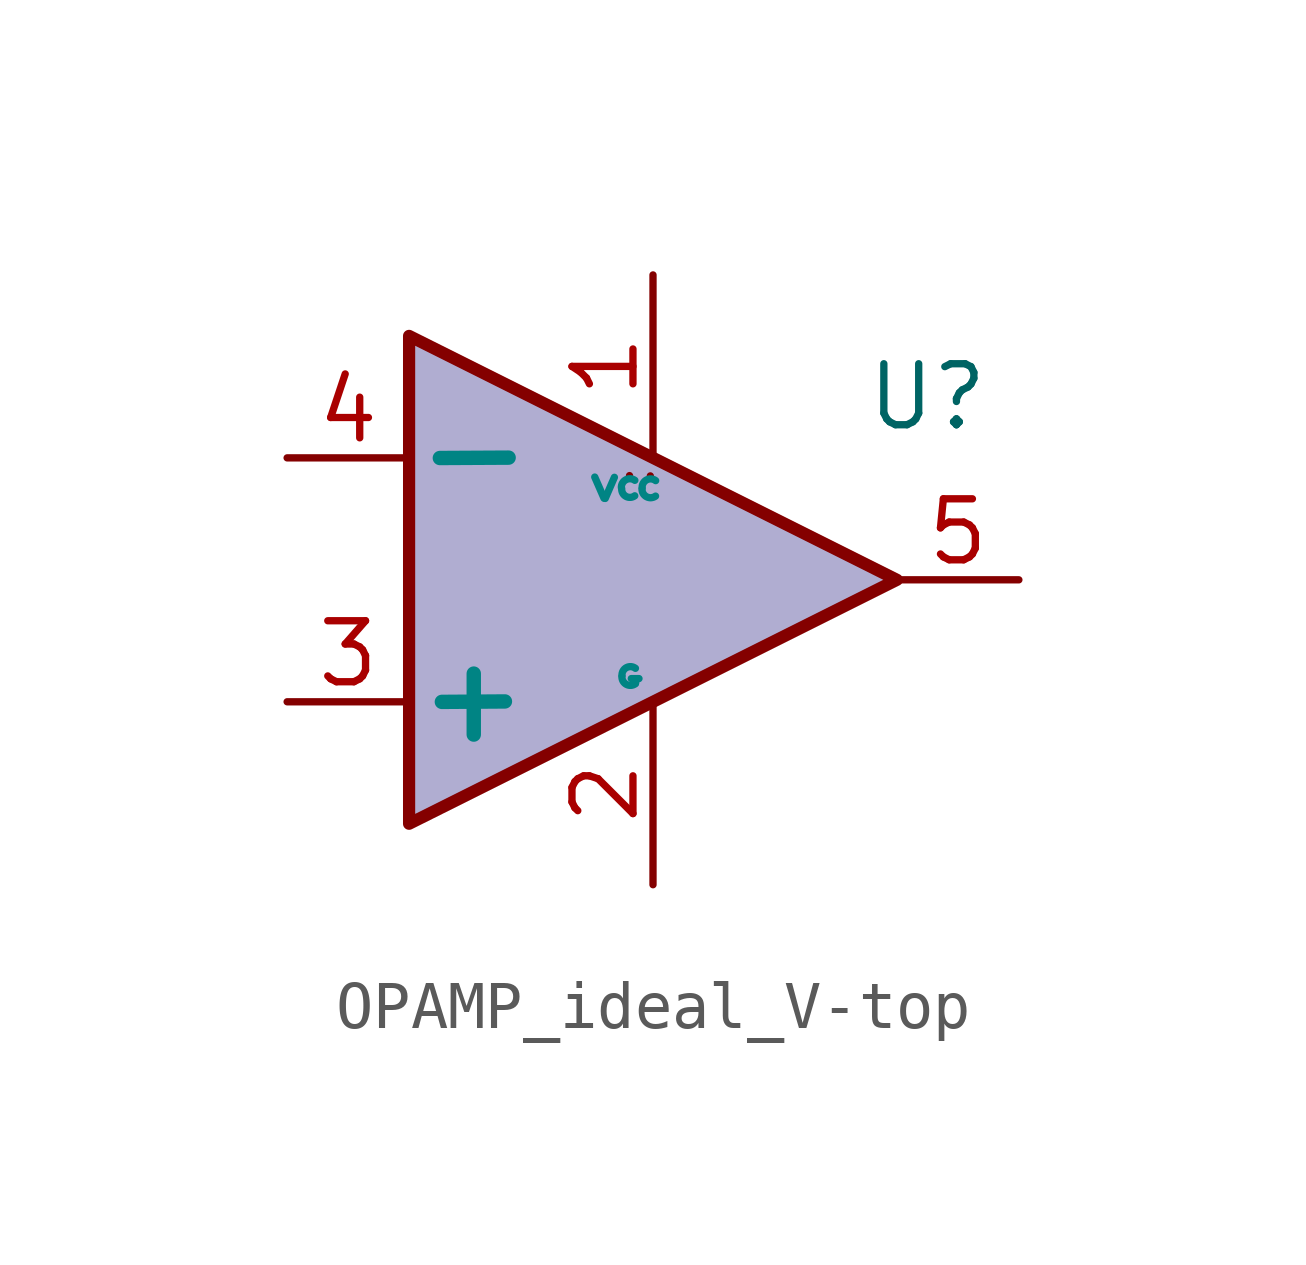
<source format=kicad_sym>
(kicad_symbol_lib
  (version 20220914)
  (generator kicad_symbol_editor)
  (symbol "OPAMP_ideal_V-top"
    (pin_names
      (offset 1.2) hide)
    (property "Reference" "U"
      (at 5.715 3.81 0)
      (effects (font (size 1.27 1.27))))
    (symbol "OPAMP_ideal_V-top_1_0"
      (arc (start -0.6606 1.8999) (mid -0.5683 1.7354) (end -0.3802 1.7497) (stroke (width 0) (type default) (color 0 132 132 1)) (fill (type none)))
      (arc (start -0.6475 -2.0145) (mid -0.5552 -2.179) (end -0.3671 -2.1647) (stroke (width 0) (type default) (color 0 132 132 1)) (fill (type none)))
      (arc (start -0.4891 2.1712) (mid -0.4891 2.1712) (end -0.4891 2.1712) (stroke (width 0) (type default)) (fill (type none)))
      (arc (start -0.3786 2.0716) (mid -0.5665 2.0855) (end -0.659 1.9214) (stroke (width 0) (type default) (color 0 132 132 1)) (fill (type none)))
      (arc (start -0.3655 -1.8428) (mid -0.5532 -1.8292) (end -0.6459 -1.993) (stroke (width 0) (type default) (color 0 132 132 1)) (fill (type none)))
      (arc (start -0.2273 1.8936) (mid -0.135 1.7291) (end 0.0531 1.7434) (stroke (width 0) (type default) (color 0 132 132 1)) (fill (type none)))
      (arc (start -0.0558 2.1649) (mid -0.0558 2.1649) (end -0.0558 2.1649) (stroke (width 0) (type default)) (fill (type none)))
      (polyline (pts (xy -3.733 -1.953) (xy -3.733 -3.223)) (stroke (width 0.3) (type default) (color 0 132 132 1)) (fill (type none)))
      (polyline (pts (xy -3.084 -2.533) (xy -4.397 -2.542)) (stroke (width 0.3) (type default) (color 0 132 132 1)) (fill (type none)))
      (polyline (pts (xy -3.007 2.545) (xy -4.439 2.537)) (stroke (width 0.3) (type default) (color 0 132 132 1)) (fill (type none)))
      (polyline (pts (xy -0.452 -2.057) (xy -0.292 -2.057)) (stroke (width 0) (type default) (color 0 132 132 1)) (fill (type none)))
      (polyline (pts (xy -1.213 2.14) (xy -1.021 1.7) (xy -1.213 2.14)) (stroke (width 0) (type default) (color 0 132 132 1)) (fill (type none)))
      (polyline (pts (xy -0.804 2.135) (xy -0.995 1.695) (xy -0.804 2.135)) (stroke (width 0) (type default) (color 0 132 132 1)) (fill (type none)))
      (polyline (pts (xy -0.361 -2.147) (xy -0.359 -2.079) (xy -0.359 -2.083)) (stroke (width 0) (type default) (color 0 132 132 1)) (fill (type none)))
      (arc (start 0.0547 2.0653) (mid -0.133 2.0789) (end -0.2257 1.9151) (stroke (width 0) (type default) (color 0 132 132 1)) (fill (type none))))
    (symbol "OPAMP_ideal_V-top_1_1"
      (polyline (pts (xy 5.08 0) (xy -5.08 5.08) (xy -5.08 -5.08) (xy 5.08 0)) (stroke (width 0.254) (type default)) (fill (type color) (color 149 146 194 0.749)))
      (pin power_in line (at 0 6.35 270) (length 3.81) (name "VCC" (effects (font (size 1.27 1.27)))) (number "1" (effects (font (size 1.27 1.27)))))
      (pin power_in line (at 0 -6.35 90) (length 3.81) (name "G" (effects (font (size 1.27 1.27)))) (number "2" (effects (font (size 1.27 1.27)))))
      (pin input line (at -7.62 -2.54 0) (length 2.54) (name "P" (effects (font (size 1.27 1.27)))) (number "3" (effects (font (size 1.27 1.27)))))
      (pin input line (at -7.62 2.54 0) (length 2.54) (name "M" (effects (font (size 1.27 1.27)))) (number "4" (effects (font (size 1.27 1.27)))))
      (pin output line (at 7.62 0 180) (length 2.54) (name "S" (effects (font (size 1.27 1.27)))) (number "5" (effects (font (size 1.27 1.27))))))))
</source>
